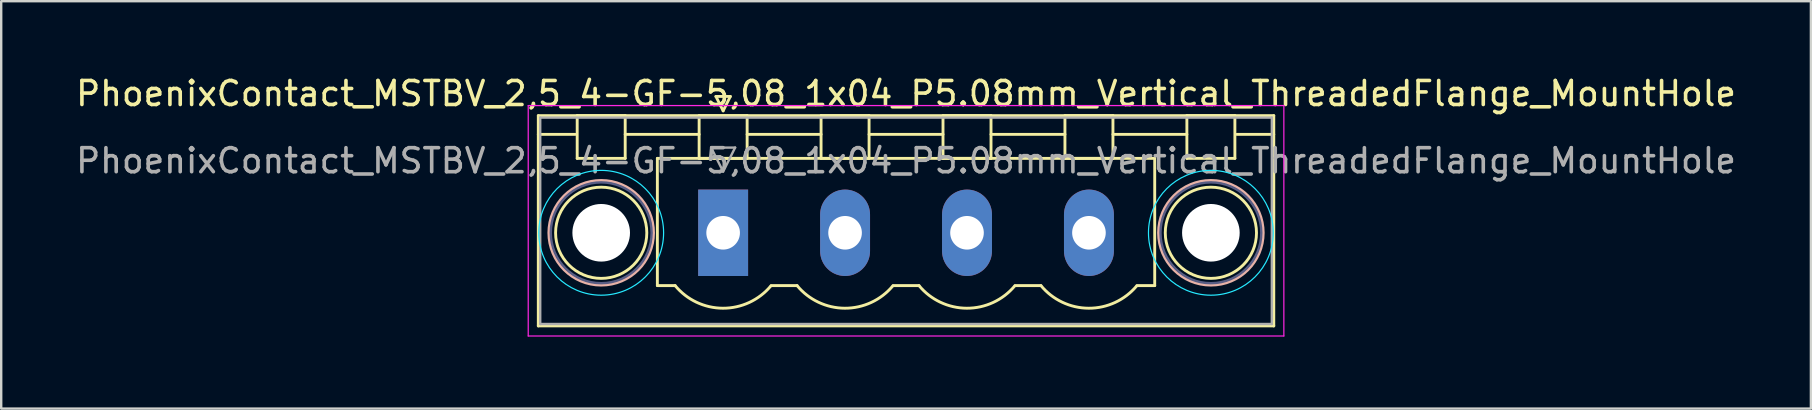
<source format=kicad_pcb>
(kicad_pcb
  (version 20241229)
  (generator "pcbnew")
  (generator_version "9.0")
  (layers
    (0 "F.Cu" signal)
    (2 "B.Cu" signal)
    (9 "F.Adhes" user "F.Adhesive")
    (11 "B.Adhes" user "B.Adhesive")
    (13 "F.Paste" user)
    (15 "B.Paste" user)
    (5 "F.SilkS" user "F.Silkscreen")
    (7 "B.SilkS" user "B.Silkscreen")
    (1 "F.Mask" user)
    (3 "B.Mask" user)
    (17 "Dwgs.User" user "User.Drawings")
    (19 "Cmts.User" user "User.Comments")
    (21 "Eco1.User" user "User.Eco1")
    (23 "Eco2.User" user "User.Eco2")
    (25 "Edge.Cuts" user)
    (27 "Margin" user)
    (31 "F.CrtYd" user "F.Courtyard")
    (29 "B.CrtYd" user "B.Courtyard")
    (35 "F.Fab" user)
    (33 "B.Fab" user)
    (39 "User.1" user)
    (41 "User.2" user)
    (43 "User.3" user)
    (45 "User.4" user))
  (footprint "PhoenixContact_MSTBV_2,5_4-GF-5,08_1x04_P5.08mm_Vertical_ThreadedFlange_MountHole"
    (layer "F.Cu")
    (at 27.076 6.648)
    (property "Reference" "PhoenixContact_MSTBV_2,5_4-GF-5,08_1x04_P5.08mm_Vertical_ThreadedFlange_MountHole" (at 7.62 -5.8 0) (layer "F.SilkS") (effects (font (size 1 1) (thickness 0.15))))
    (attr through_hole)
    (fp_line (start -7.7 -4.88) (end -7.7 3.88) (stroke (width 0.12) (type solid)) (layer "F.SilkS"))
    (fp_line (start -7.7 -4.1) (end -6.16 -4.1) (stroke (width 0.12) (type solid)) (layer "F.SilkS"))
    (fp_line (start -7.7 3.88) (end 22.94 3.88) (stroke (width 0.12) (type solid)) (layer "F.SilkS"))
    (fp_line (start -6.08 -4.88) (end -4.08 -4.88) (stroke (width 0.12) (type solid)) (layer "F.SilkS"))
    (fp_line (start -6.08 -3.1) (end -6.08 -4.88) (stroke (width 0.12) (type solid)) (layer "F.SilkS"))
    (fp_line (start -4.08 -4.88) (end -4.08 -3.1) (stroke (width 0.12) (type solid)) (layer "F.SilkS"))
    (fp_line (start -4.08 -4.1) (end -1 -4.1) (stroke (width 0.12) (type solid)) (layer "F.SilkS"))
    (fp_line (start -4.08 -3.1) (end -6.08 -3.1) (stroke (width 0.12) (type solid)) (layer "F.SilkS"))
    (fp_line (start -2.74 -3.1) (end 17.98 -3.1) (stroke (width 0.12) (type solid)) (layer "F.SilkS"))
    (fp_line (start -2.74 2.2) (end -2.74 -3.1) (stroke (width 0.12) (type solid)) (layer "F.SilkS"))
    (fp_line (start -2 2.2) (end -2.74 2.2) (stroke (width 0.12) (type solid)) (layer "F.SilkS"))
    (fp_line (start -1 -4.88) (end 1 -4.88) (stroke (width 0.12) (type solid)) (layer "F.SilkS"))
    (fp_line (start -1 -3.1) (end -1 -4.88) (stroke (width 0.12) (type solid)) (layer "F.SilkS"))
    (fp_line (start -0.3 -5.68) (end 0.3 -5.68) (stroke (width 0.12) (type solid)) (layer "F.SilkS"))
    (fp_line (start 0 -5.08) (end -0.3 -5.68) (stroke (width 0.12) (type solid)) (layer "F.SilkS"))
    (fp_line (start 0.3 -5.68) (end 0 -5.08) (stroke (width 0.12) (type solid)) (layer "F.SilkS"))
    (fp_line (start 1 -4.88) (end 1 -3.1) (stroke (width 0.12) (type solid)) (layer "F.SilkS"))
    (fp_line (start 1 -4.1) (end 4.08 -4.1) (stroke (width 0.12) (type solid)) (layer "F.SilkS"))
    (fp_line (start 1 -3.1) (end -1 -3.1) (stroke (width 0.12) (type solid)) (layer "F.SilkS"))
    (fp_line (start 2 2.2) (end 3.08 2.2) (stroke (width 0.12) (type solid)) (layer "F.SilkS"))
    (fp_line (start 4.08 -4.88) (end 6.08 -4.88) (stroke (width 0.12) (type solid)) (layer "F.SilkS"))
    (fp_line (start 4.08 -3.1) (end 4.08 -4.88) (stroke (width 0.12) (type solid)) (layer "F.SilkS"))
    (fp_line (start 6.08 -4.88) (end 6.08 -3.1) (stroke (width 0.12) (type solid)) (layer "F.SilkS"))
    (fp_line (start 6.08 -4.1) (end 9.16 -4.1) (stroke (width 0.12) (type solid)) (layer "F.SilkS"))
    (fp_line (start 6.08 -3.1) (end 4.08 -3.1) (stroke (width 0.12) (type solid)) (layer "F.SilkS"))
    (fp_line (start 7.08 2.2) (end 8.16 2.2) (stroke (width 0.12) (type solid)) (layer "F.SilkS"))
    (fp_line (start 9.16 -4.88) (end 11.16 -4.88) (stroke (width 0.12) (type solid)) (layer "F.SilkS"))
    (fp_line (start 9.16 -3.1) (end 9.16 -4.88) (stroke (width 0.12) (type solid)) (layer "F.SilkS"))
    (fp_line (start 11.16 -4.88) (end 11.16 -3.1) (stroke (width 0.12) (type solid)) (layer "F.SilkS"))
    (fp_line (start 11.16 -4.1) (end 14.24 -4.1) (stroke (width 0.12) (type solid)) (layer "F.SilkS"))
    (fp_line (start 11.16 -3.1) (end 9.16 -3.1) (stroke (width 0.12) (type solid)) (layer "F.SilkS"))
    (fp_line (start 12.16 2.2) (end 13.24 2.2) (stroke (width 0.12) (type solid)) (layer "F.SilkS"))
    (fp_line (start 14.24 -4.88) (end 16.24 -4.88) (stroke (width 0.12) (type solid)) (layer "F.SilkS"))
    (fp_line (start 14.24 -3.1) (end 14.24 -4.88) (stroke (width 0.12) (type solid)) (layer "F.SilkS"))
    (fp_line (start 16.24 -4.88) (end 16.24 -3.1) (stroke (width 0.12) (type solid)) (layer "F.SilkS"))
    (fp_line (start 16.24 -4.1) (end 19.32 -4.1) (stroke (width 0.12) (type solid)) (layer "F.SilkS"))
    (fp_line (start 16.24 -3.1) (end 14.24 -3.1) (stroke (width 0.12) (type solid)) (layer "F.SilkS"))
    (fp_line (start 17.98 -3.1) (end 17.98 2.2) (stroke (width 0.12) (type solid)) (layer "F.SilkS"))
    (fp_line (start 17.98 2.2) (end 17.24 2.2) (stroke (width 0.12) (type solid)) (layer "F.SilkS"))
    (fp_line (start 19.32 -4.88) (end 21.32 -4.88) (stroke (width 0.12) (type solid)) (layer "F.SilkS"))
    (fp_line (start 19.32 -3.1) (end 19.32 -4.88) (stroke (width 0.12) (type solid)) (layer "F.SilkS"))
    (fp_line (start 21.32 -4.88) (end 21.32 -3.1) (stroke (width 0.12) (type solid)) (layer "F.SilkS"))
    (fp_line (start 21.32 -3.1) (end 19.32 -3.1) (stroke (width 0.12) (type solid)) (layer "F.SilkS"))
    (fp_line (start 22.94 -4.88) (end -7.7 -4.88) (stroke (width 0.12) (type solid)) (layer "F.SilkS"))
    (fp_line (start 22.94 -4.1) (end 21.4 -4.1) (stroke (width 0.12) (type solid)) (layer "F.SilkS"))
    (fp_line (start 22.94 3.88) (end 22.94 -4.88) (stroke (width 0.12) (type solid)) (layer "F.SilkS"))
    (fp_arc (start 1.986842 2.215821) (mid -0.010289 3.142758) (end -2 2.2) (stroke (width 0.12) (type solid)) (layer "F.SilkS"))
    (fp_arc (start 7.066842 2.215821) (mid 5.069711 3.142758) (end 3.08 2.2) (stroke (width 0.12) (type solid)) (layer "F.SilkS"))
    (fp_arc (start 12.146842 2.215821) (mid 10.149711 3.142758) (end 8.16 2.2) (stroke (width 0.12) (type solid)) (layer "F.SilkS"))
    (fp_arc (start 17.226842 2.215821) (mid 15.229711 3.142758) (end 13.24 2.2) (stroke (width 0.12) (type solid)) (layer "F.SilkS"))
    (fp_circle (center -5.08 0) (end -3.18 0) (stroke (width 0.12) (type solid)) (fill no) (layer "F.SilkS"))
    (fp_circle (center 20.32 0) (end 22.22 0) (stroke (width 0.12) (type solid)) (fill no) (layer "F.SilkS"))
    (fp_circle (center -5.08 0) (end -2.9 0) (stroke (width 0.12) (type solid)) (fill no) (layer "B.SilkS"))
    (fp_circle (center 20.32 0) (end 22.5 0) (stroke (width 0.12) (type solid)) (fill no) (layer "B.SilkS"))
    (fp_circle (center -5.08 0) (end -2.48 0) (stroke (width 0.05) (type solid)) (fill no) (layer "B.CrtYd"))
    (fp_circle (center 20.32 0) (end 22.92 0) (stroke (width 0.05) (type solid)) (fill no) (layer "B.CrtYd"))
    (fp_line (start -8.12 -5.3) (end -8.12 4.3) (stroke (width 0.05) (type solid)) (layer "F.CrtYd"))
    (fp_line (start -8.12 4.3) (end 23.36 4.3) (stroke (width 0.05) (type solid)) (layer "F.CrtYd"))
    (fp_line (start 23.36 -5.3) (end -8.12 -5.3) (stroke (width 0.05) (type solid)) (layer "F.CrtYd"))
    (fp_line (start 23.36 4.3) (end 23.36 -5.3) (stroke (width 0.05) (type solid)) (layer "F.CrtYd"))
    (fp_circle (center -5.08 0) (end -2.98 0) (stroke (width 0.1) (type solid)) (fill no) (layer "B.Fab"))
    (fp_circle (center 20.32 0) (end 22.42 0) (stroke (width 0.1) (type solid)) (fill no) (layer "B.Fab"))
    (fp_line (start -7.62 -4.8) (end -7.62 3.8) (stroke (width 0.1) (type solid)) (layer "F.Fab"))
    (fp_line (start -7.62 3.8) (end 22.86 3.8) (stroke (width 0.1) (type solid)) (layer "F.Fab"))
    (fp_line (start -0.5 -3.55) (end 0.5 -3.55) (stroke (width 0.1) (type solid)) (layer "F.Fab"))
    (fp_line (start 0 -2.55) (end -0.5 -3.55) (stroke (width 0.1) (type solid)) (layer "F.Fab"))
    (fp_line (start 0.5 -3.55) (end 0 -2.55) (stroke (width 0.1) (type solid)) (layer "F.Fab"))
    (fp_line (start 22.86 -4.8) (end -7.62 -4.8) (stroke (width 0.1) (type solid)) (layer "F.Fab"))
    (fp_line (start 22.86 3.8) (end 22.86 -4.8) (stroke (width 0.1) (type solid)) (layer "F.Fab"))
    (fp_text user "${REFERENCE}" (at 7.62 -3 0) (layer "F.Fab") (effects (font (size 1 1) (thickness 0.15))))
    (pad "" np_thru_hole circle (at -5.08 0) (size 2.4 2.4) (drill 2.4) (layers "*.Cu" "*.Mask"))
    (pad "" np_thru_hole circle (at 20.32 0) (size 2.4 2.4) (drill 2.4) (layers "*.Cu" "*.Mask"))
    (pad "1" thru_hole rect (at 0 0) (size 2.08 3.6) (drill 1.4) (layers "*.Cu" "*.Mask"))
    (pad "2" thru_hole oval (at 5.08 0) (size 2.08 3.6) (drill 1.4) (layers "*.Cu" "*.Mask"))
    (pad "3" thru_hole oval (at 10.16 0) (size 2.08 3.6) (drill 1.4) (layers "*.Cu" "*.Mask"))
    (pad "4" thru_hole oval (at 15.24 0) (size 2.08 3.6) (drill 1.4) (layers "*.Cu" "*.Mask")))
  (gr_rect
    (start -3 -3)
    (end 72.393 13.973)
    (stroke (width 0.1) (type default))
    (fill no)
    (layer "Edge.Cuts")))
</source>
